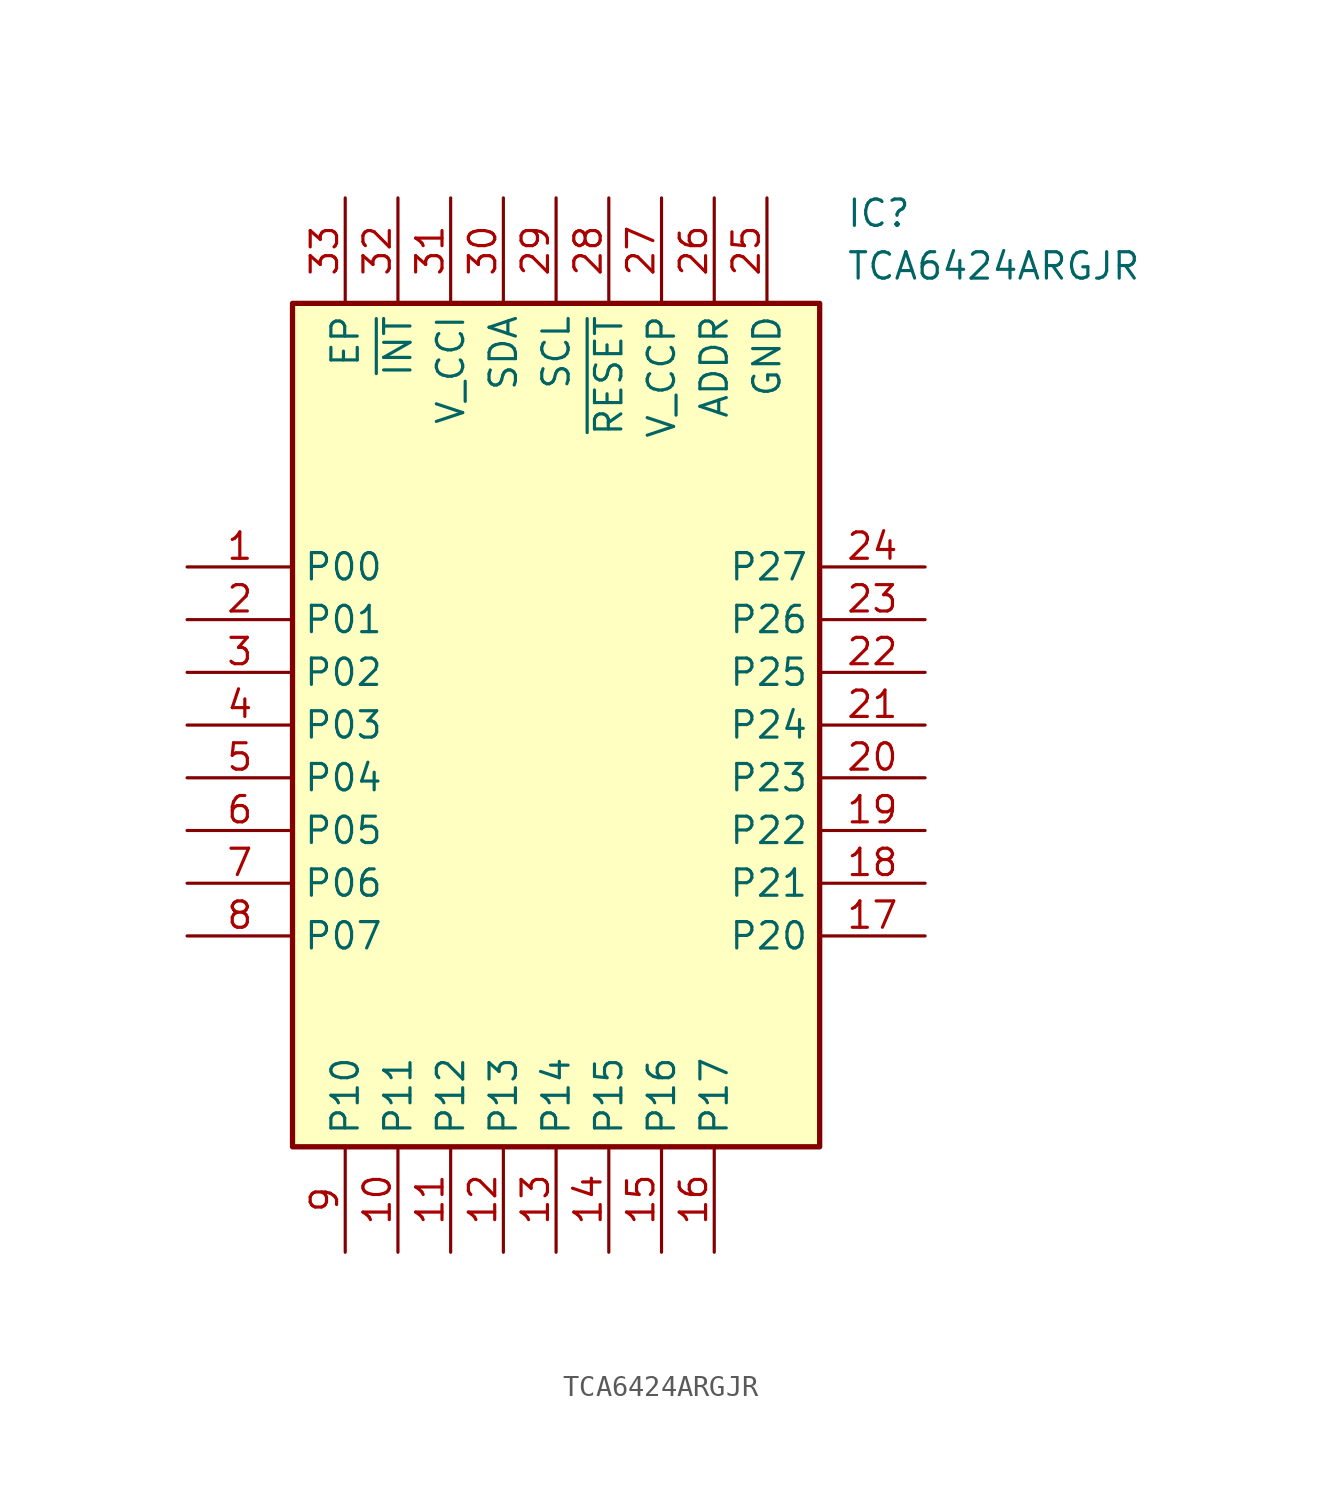
<source format=kicad_sym>
(kicad_symbol_lib
  (version 20241209)
  (generator "kicad_symbol_editor")
  (generator_version "9.0")
  (symbol "TCA6424ARGJR"
    (property "Reference" "IC"
      (at 31.75 17.78 0)
      (effects (font (size 1.27 1.27)) (justify left top)))
    (property "Value" "TCA6424ARGJR"
      (at 31.75 15.24 0)
      (effects (font (size 1.27 1.27)) (justify left top)))
    (symbol "TCA6424ARGJR_1_1"
      (rectangle (start 5.08 12.7) (end 30.48 -27.94) (stroke (width 0.254) (type default)) (fill (type background)))
      (pin passive line (at 0 0 0) (length 5.08) (name "P00" (effects (font (size 1.27 1.27)))) (number "1" (effects (font (size 1.27 1.27)))))
      (pin passive line (at 0 -2.54 0) (length 5.08) (name "P01" (effects (font (size 1.27 1.27)))) (number "2" (effects (font (size 1.27 1.27)))))
      (pin passive line (at 0 -5.08 0) (length 5.08) (name "P02" (effects (font (size 1.27 1.27)))) (number "3" (effects (font (size 1.27 1.27)))))
      (pin passive line (at 0 -7.62 0) (length 5.08) (name "P03" (effects (font (size 1.27 1.27)))) (number "4" (effects (font (size 1.27 1.27)))))
      (pin passive line (at 0 -10.16 0) (length 5.08) (name "P04" (effects (font (size 1.27 1.27)))) (number "5" (effects (font (size 1.27 1.27)))))
      (pin passive line (at 0 -12.7 0) (length 5.08) (name "P05" (effects (font (size 1.27 1.27)))) (number "6" (effects (font (size 1.27 1.27)))))
      (pin passive line (at 0 -15.24 0) (length 5.08) (name "P06" (effects (font (size 1.27 1.27)))) (number "7" (effects (font (size 1.27 1.27)))))
      (pin passive line (at 0 -17.78 0) (length 5.08) (name "P07" (effects (font (size 1.27 1.27)))) (number "8" (effects (font (size 1.27 1.27)))))
      (pin passive line (at 7.62 17.78 270) (length 5.08) (name "EP" (effects (font (size 1.27 1.27)))) (number "33" (effects (font (size 1.27 1.27)))))
      (pin passive line (at 7.62 -33.02 90) (length 5.08) (name "P10" (effects (font (size 1.27 1.27)))) (number "9" (effects (font (size 1.27 1.27)))))
      (pin passive line (at 10.16 17.78 270) (length 5.08) (name "~{INT}" (effects (font (size 1.27 1.27)))) (number "32" (effects (font (size 1.27 1.27)))))
      (pin passive line (at 10.16 -33.02 90) (length 5.08) (name "P11" (effects (font (size 1.27 1.27)))) (number "10" (effects (font (size 1.27 1.27)))))
      (pin passive line (at 12.7 17.78 270) (length 5.08) (name "V_CCI" (effects (font (size 1.27 1.27)))) (number "31" (effects (font (size 1.27 1.27)))))
      (pin passive line (at 12.7 -33.02 90) (length 5.08) (name "P12" (effects (font (size 1.27 1.27)))) (number "11" (effects (font (size 1.27 1.27)))))
      (pin passive line (at 15.24 17.78 270) (length 5.08) (name "SDA" (effects (font (size 1.27 1.27)))) (number "30" (effects (font (size 1.27 1.27)))))
      (pin passive line (at 15.24 -33.02 90) (length 5.08) (name "P13" (effects (font (size 1.27 1.27)))) (number "12" (effects (font (size 1.27 1.27)))))
      (pin passive line (at 17.78 17.78 270) (length 5.08) (name "SCL" (effects (font (size 1.27 1.27)))) (number "29" (effects (font (size 1.27 1.27)))))
      (pin passive line (at 17.78 -33.02 90) (length 5.08) (name "P14" (effects (font (size 1.27 1.27)))) (number "13" (effects (font (size 1.27 1.27)))))
      (pin passive line (at 20.32 17.78 270) (length 5.08) (name "~{RESET}" (effects (font (size 1.27 1.27)))) (number "28" (effects (font (size 1.27 1.27)))))
      (pin passive line (at 20.32 -33.02 90) (length 5.08) (name "P15" (effects (font (size 1.27 1.27)))) (number "14" (effects (font (size 1.27 1.27)))))
      (pin passive line (at 22.86 17.78 270) (length 5.08) (name "V_CCP" (effects (font (size 1.27 1.27)))) (number "27" (effects (font (size 1.27 1.27)))))
      (pin passive line (at 22.86 -33.02 90) (length 5.08) (name "P16" (effects (font (size 1.27 1.27)))) (number "15" (effects (font (size 1.27 1.27)))))
      (pin passive line (at 25.4 17.78 270) (length 5.08) (name "ADDR" (effects (font (size 1.27 1.27)))) (number "26" (effects (font (size 1.27 1.27)))))
      (pin passive line (at 25.4 -33.02 90) (length 5.08) (name "P17" (effects (font (size 1.27 1.27)))) (number "16" (effects (font (size 1.27 1.27)))))
      (pin passive line (at 27.94 17.78 270) (length 5.08) (name "GND" (effects (font (size 1.27 1.27)))) (number "25" (effects (font (size 1.27 1.27)))))
      (pin passive line (at 35.56 0 180) (length 5.08) (name "P27" (effects (font (size 1.27 1.27)))) (number "24" (effects (font (size 1.27 1.27)))))
      (pin passive line (at 35.56 -2.54 180) (length 5.08) (name "P26" (effects (font (size 1.27 1.27)))) (number "23" (effects (font (size 1.27 1.27)))))
      (pin passive line (at 35.56 -5.08 180) (length 5.08) (name "P25" (effects (font (size 1.27 1.27)))) (number "22" (effects (font (size 1.27 1.27)))))
      (pin passive line (at 35.56 -7.62 180) (length 5.08) (name "P24" (effects (font (size 1.27 1.27)))) (number "21" (effects (font (size 1.27 1.27)))))
      (pin passive line (at 35.56 -10.16 180) (length 5.08) (name "P23" (effects (font (size 1.27 1.27)))) (number "20" (effects (font (size 1.27 1.27)))))
      (pin passive line (at 35.56 -12.7 180) (length 5.08) (name "P22" (effects (font (size 1.27 1.27)))) (number "19" (effects (font (size 1.27 1.27)))))
      (pin passive line (at 35.56 -15.24 180) (length 5.08) (name "P21" (effects (font (size 1.27 1.27)))) (number "18" (effects (font (size 1.27 1.27)))))
      (pin passive line (at 35.56 -17.78 180) (length 5.08) (name "P20" (effects (font (size 1.27 1.27)))) (number "17" (effects (font (size 1.27 1.27))))))))
</source>
